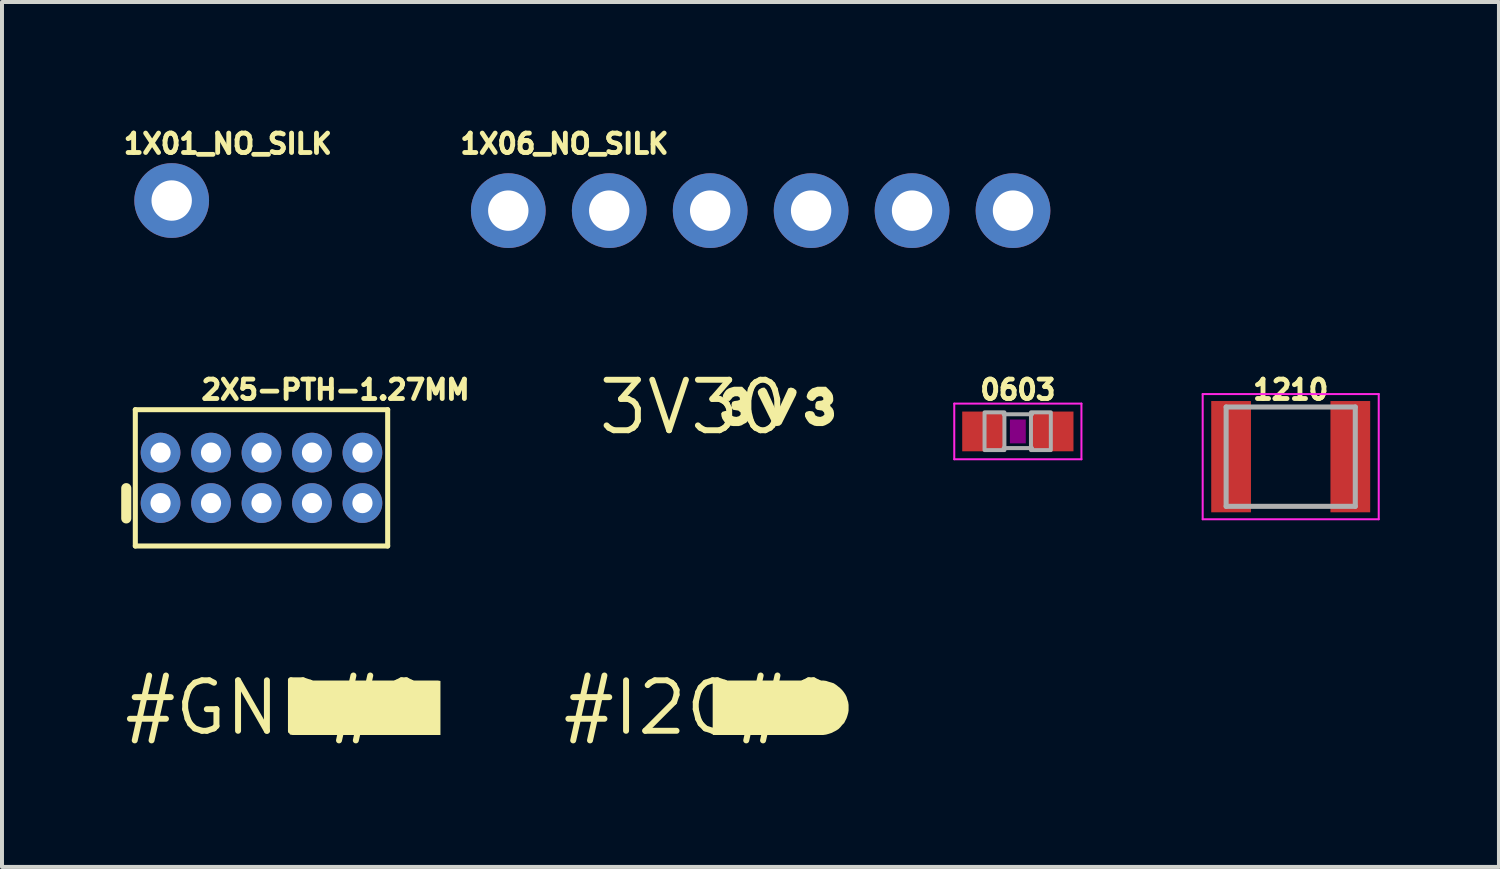
<source format=kicad_pcb>
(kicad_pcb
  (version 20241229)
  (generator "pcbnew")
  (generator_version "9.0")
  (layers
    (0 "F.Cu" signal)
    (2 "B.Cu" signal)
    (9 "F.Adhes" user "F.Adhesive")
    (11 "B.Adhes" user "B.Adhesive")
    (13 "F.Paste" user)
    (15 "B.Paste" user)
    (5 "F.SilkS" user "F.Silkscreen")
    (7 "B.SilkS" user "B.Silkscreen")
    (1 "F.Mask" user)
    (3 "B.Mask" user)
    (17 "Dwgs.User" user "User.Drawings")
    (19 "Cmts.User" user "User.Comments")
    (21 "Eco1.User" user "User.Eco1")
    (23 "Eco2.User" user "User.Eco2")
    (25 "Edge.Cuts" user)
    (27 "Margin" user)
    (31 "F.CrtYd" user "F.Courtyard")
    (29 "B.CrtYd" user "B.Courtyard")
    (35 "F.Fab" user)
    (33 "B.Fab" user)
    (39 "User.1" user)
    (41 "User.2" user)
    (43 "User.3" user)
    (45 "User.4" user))
  (footprint "0603"
    (layer "F.Cu")
    (at 22.562 7.806)
    (property "Reference" "0603" (at 0 -0.762 0) (layer "F.SilkS") (effects (font (size 0.488 0.488) (thickness 0.122)) (justify bottom)))
    (fp_poly (pts (xy -0.2 0.3) (xy 0.2 0.3) (xy 0.2 -0.3) (xy -0.2 -0.3)) (stroke (width 0) (type solid)) (fill yes) (layer "F.Adhes"))
    (fp_line (start -1.6 -0.7) (end 1.6 -0.7) (stroke (width 0.051) (type solid)) (layer "F.CrtYd"))
    (fp_line (start -1.6 0.7) (end -1.6 -0.7) (stroke (width 0.051) (type solid)) (layer "F.CrtYd"))
    (fp_line (start 1.6 -0.7) (end 1.6 0.7) (stroke (width 0.051) (type solid)) (layer "F.CrtYd"))
    (fp_line (start 1.6 0.7) (end -1.6 0.7) (stroke (width 0.051) (type solid)) (layer "F.CrtYd"))
    (fp_line (start -0.356 -0.432) (end 0.356 -0.432) (stroke (width 0.102) (type solid)) (layer "F.Fab"))
    (fp_line (start -0.356 0.419) (end 0.356 0.419) (stroke (width 0.102) (type solid)) (layer "F.Fab"))
    (fp_poly (pts (xy -0.838 0.47) (xy -0.338 0.47) (xy -0.338 -0.48) (xy -0.838 -0.48)) (stroke (width 0.1) (type solid)) (fill no) (layer "F.Fab"))
    (fp_poly (pts (xy 0.33 0.47) (xy 0.83 0.47) (xy 0.83 -0.48) (xy 0.33 -0.48)) (stroke (width 0.1) (type solid)) (fill no) (layer "F.Fab"))
    (pad "1" smd rect (at -0.85 0) (size 1.1 1) (layers "F.Cu" "F.Mask" "F.Paste"))
    (pad "2" smd rect (at 0.85 0) (size 1.1 1) (layers "F.Cu" "F.Mask" "F.Paste")))
  (footprint "#GND#0"
    (layer "F.Cu")
    (at 3.908 14.759)
    (property "Reference" "#GND#0" (at 0 0 0) (layer "F.SilkS") (effects (font (size 1.27 1.27) (thickness 0.15))))
    (fp_poly (pts (xy 4.125 -0.674) (xy 4.125 0.685) (xy 0.4 0.685) (xy 0.335 0.674) (xy 0.335 -0.685) (xy 4.06 -0.685)) (stroke (width 0) (type solid)) (fill yes) (layer "F.SilkS")))
  (footprint "#I2C#0"
    (layer "F.Cu")
    (at 14.548 14.759)
    (property "Reference" "#I2C#0" (at 0 0 0) (layer "F.SilkS") (effects (font (size 1.27 1.27) (thickness 0.15))))
    (fp_poly (pts (xy 3.191 -0.675) (xy 3.251 -0.655) (xy 3.321 -0.635) (xy 3.382 -0.615) (xy 3.443 -0.574) (xy 3.493 -0.534) (xy 3.543 -0.494) (xy 3.594 -0.443) (xy 3.634 -0.393) (xy 3.674 -0.333) (xy 3.705 -0.272) (xy 3.725 -0.201) (xy 3.745 -0.141) (xy 3.755 -0.07) (xy 3.755 0.07) (xy 3.745 0.131) (xy 3.725 0.201) (xy 3.705 0.262) (xy 3.644 0.383) (xy 3.594 0.433) (xy 3.554 0.483) (xy 3.503 0.534) (xy 3.443 0.574) (xy 3.322 0.635) (xy 3.261 0.655) (xy 3.191 0.675) (xy 3.12 0.685) (xy 0.335 0.685) (xy 0.335 -0.674) (xy 0.4 -0.685) (xy 3.12 -0.685)) (stroke (width 0) (type solid)) (fill yes) (layer "F.SilkS")))
  (footprint "2X5-PTH-1.27MM"
    (layer "F.Cu")
    (at 3.53 8.974)
    (property "Reference" "2X5-PTH-1.27MM" (at -1.575 -1.93 0) (layer "F.SilkS") (effects (font (size 0.488 0.488) (thickness 0.122)) (justify left bottom)))
    (fp_line (start -3.403 1.021) (end -3.403 0.259) (stroke (width 0.254) (type solid)) (layer "F.SilkS"))
    (fp_line (start -3.175 -1.715) (end -3.175 1.715) (stroke (width 0.127) (type solid)) (layer "F.SilkS"))
    (fp_line (start -3.175 1.715) (end 3.175 1.715) (stroke (width 0.127) (type solid)) (layer "F.SilkS"))
    (fp_line (start 3.175 -1.715) (end -3.175 -1.715) (stroke (width 0.127) (type solid)) (layer "F.SilkS"))
    (fp_line (start 3.175 1.715) (end 3.175 -1.715) (stroke (width 0.127) (type solid)) (layer "F.SilkS"))
    (pad "1" thru_hole circle (at -2.54 0.635) (size 1 1) (drill 0.508) (layers "*.Cu" "*.Mask"))
    (pad "2" thru_hole circle (at -2.54 -0.635) (size 1 1) (drill 0.508) (layers "*.Cu" "*.Mask"))
    (pad "3" thru_hole circle (at -1.27 0.635) (size 1 1) (drill 0.508) (layers "*.Cu" "*.Mask"))
    (pad "4" thru_hole circle (at -1.27 -0.635) (size 1 1) (drill 0.508) (layers "*.Cu" "*.Mask"))
    (pad "5" thru_hole circle (at 0 0.635) (size 1 1) (drill 0.508) (layers "*.Cu" "*.Mask"))
    (pad "6" thru_hole circle (at 0 -0.635) (size 1 1) (drill 0.508) (layers "*.Cu" "*.Mask"))
    (pad "7" thru_hole circle (at 1.27 0.635) (size 1 1) (drill 0.508) (layers "*.Cu" "*.Mask"))
    (pad "8" thru_hole circle (at 1.27 -0.635) (size 1 1) (drill 0.508) (layers "*.Cu" "*.Mask"))
    (pad "9" thru_hole circle (at 2.54 0.635) (size 1 1) (drill 0.508) (layers "*.Cu" "*.Mask"))
    (pad "10" thru_hole circle (at 2.54 -0.635) (size 1 1) (drill 0.508) (layers "*.Cu" "*.Mask")))
  (footprint "1210"
    (layer "F.Cu")
    (at 29.428 8.441)
    (property "Reference" "1210" (at 0 -1.397 0) (layer "F.SilkS") (effects (font (size 0.488 0.488) (thickness 0.122)) (justify bottom)))
    (fp_line (start -2.215 -1.575) (end 2.215 -1.575) (stroke (width 0.051) (type solid)) (layer "F.CrtYd"))
    (fp_line (start -2.215 1.575) (end -2.215 -1.575) (stroke (width 0.051) (type solid)) (layer "F.CrtYd"))
    (fp_line (start 2.215 -1.575) (end 2.215 1.575) (stroke (width 0.051) (type solid)) (layer "F.CrtYd"))
    (fp_line (start 2.215 1.575) (end -2.215 1.575) (stroke (width 0.051) (type solid)) (layer "F.CrtYd"))
    (fp_line (start -1.625 -1.25) (end 1.625 -1.25) (stroke (width 0.127) (type solid)) (layer "F.Fab"))
    (fp_line (start -1.625 1.25) (end -1.625 -1.25) (stroke (width 0.127) (type solid)) (layer "F.Fab"))
    (fp_line (start 1.625 1.25) (end -1.625 1.25) (stroke (width 0.127) (type solid)) (layer "F.Fab"))
    (fp_line (start 1.625 -1.25) (end 1.625 1.25) (stroke (width 0.127) (type solid)) (layer "F.Fab"))
    (pad "1" smd rect (at -1.5 0) (size 1 2.8) (layers "F.Cu" "F.Mask" "F.Paste"))
    (pad "2" smd rect (at 1.5 0) (size 1 2.8) (layers "F.Cu" "F.Mask" "F.Paste")))
  (footprint "3V30"
    (layer "F.Cu")
    (at 14.391 7.196)
    (property "Reference" "3V30" (at 0 0 0) (layer "F.SilkS") (effects (font (size 1.27 1.27) (thickness 0.15))))
    (fp_poly (pts (xy 1.844 -0.443) (xy 1.865 -0.402) (xy 2.104 0.126) (xy 2.118 0.133) (xy 2.396 -0.474) (xy 2.46 -0.495) (xy 2.532 -0.475) (xy 2.595 -0.423) (xy 2.605 -0.37) (xy 2.585 -0.298) (xy 2.224 0.423) (xy 2.172 0.465) (xy 2.1 0.475) (xy 2.037 0.454) (xy 1.996 0.403) (xy 1.635 -0.328) (xy 1.625 -0.391) (xy 1.656 -0.444) (xy 1.728 -0.485) (xy 1.792 -0.495)) (stroke (width 0) (type solid)) (fill yes) (layer "F.SilkS"))
    (fp_poly (pts (xy 1.334 -0.413) (xy 1.374 -0.363) (xy 1.405 -0.302) (xy 1.415 -0.23) (xy 1.415 -0.159) (xy 1.394 -0.097) (xy 1.345 -0.058) (xy 1.345 -0.022) (xy 1.394 0.027) (xy 1.425 0.088) (xy 1.445 0.15) (xy 1.435 0.221) (xy 1.415 0.282) (xy 1.384 0.343) (xy 1.333 0.394) (xy 1.272 0.424) (xy 1.222 0.455) (xy 1.151 0.475) (xy 1.01 0.475) (xy 0.938 0.465) (xy 0.817 0.404) (xy 0.776 0.353) (xy 0.735 0.292) (xy 0.715 0.231) (xy 0.705 0.159) (xy 0.737 0.116) (xy 0.81 0.095) (xy 0.892 0.105) (xy 0.934 0.137) (xy 0.964 0.206) (xy 1.022 0.235) (xy 1.09 0.245) (xy 1.157 0.226) (xy 1.195 0.188) (xy 1.195 0.132) (xy 1.138 0.085) (xy 1.069 0.075) (xy 1.007 0.065) (xy 0.975 0.022) (xy 0.965 -0.071) (xy 0.986 -0.134) (xy 1.039 -0.155) (xy 1.119 -0.165) (xy 1.175 -0.184) (xy 1.175 -0.238) (xy 1.128 -0.275) (xy 1.051 -0.275) (xy 0.993 -0.246) (xy 0.954 -0.197) (xy 0.912 -0.155) (xy 0.848 -0.165) (xy 0.776 -0.206) (xy 0.745 -0.259) (xy 0.755 -0.312) (xy 0.796 -0.383) (xy 0.837 -0.434) (xy 0.898 -0.475) (xy 0.959 -0.495) (xy 1.029 -0.515) (xy 1.232 -0.515)) (stroke (width 0) (type solid)) (fill yes) (layer "F.SilkS"))
    (fp_poly (pts (xy 3.444 -0.413) (xy 3.484 -0.363) (xy 3.515 -0.302) (xy 3.525 -0.23) (xy 3.525 -0.159) (xy 3.494 -0.097) (xy 3.446 -0.058) (xy 3.455 -0.023) (xy 3.504 0.027) (xy 3.535 0.088) (xy 3.545 0.15) (xy 3.545 0.221) (xy 3.525 0.282) (xy 3.484 0.343) (xy 3.433 0.394) (xy 3.382 0.424) (xy 3.322 0.455) (xy 3.261 0.475) (xy 3.11 0.475) (xy 3.048 0.465) (xy 2.927 0.404) (xy 2.886 0.353) (xy 2.846 0.293) (xy 2.815 0.231) (xy 2.815 0.158) (xy 2.847 0.116) (xy 2.92 0.095) (xy 3.002 0.105) (xy 3.044 0.137) (xy 3.074 0.206) (xy 3.132 0.235) (xy 3.2 0.245) (xy 3.258 0.226) (xy 3.305 0.188) (xy 3.295 0.132) (xy 3.248 0.085) (xy 3.179 0.075) (xy 3.118 0.065) (xy 3.075 0.022) (xy 3.075 -0.071) (xy 3.096 -0.134) (xy 3.139 -0.155) (xy 3.229 -0.165) (xy 3.275 -0.183) (xy 3.275 -0.238) (xy 3.228 -0.275) (xy 3.161 -0.275) (xy 3.103 -0.246) (xy 3.064 -0.196) (xy 3.011 -0.155) (xy 2.948 -0.165) (xy 2.886 -0.206) (xy 2.855 -0.259) (xy 2.865 -0.311) (xy 2.896 -0.383) (xy 2.947 -0.434) (xy 2.998 -0.475) (xy 3.069 -0.495) (xy 3.129 -0.515) (xy 3.342 -0.515)) (stroke (width 0) (type solid)) (fill yes) (layer "F.SilkS")))
  (footprint "1X01_NO_SILK"
    (layer "F.Cu")
    (at 1.27 1.996)
    (property "Reference" "1X01_NO_SILK" (at -1.27 -1.143 0) (layer "F.SilkS") (effects (font (size 0.488 0.488) (thickness 0.122)) (justify left bottom)))
    (fp_poly (pts (xy -0.254 0.254) (xy 0.254 0.254) (xy 0.254 -0.254) (xy -0.254 -0.254)) (stroke (width 0.1) (type solid)) (fill no) (layer "F.Fab"))
    (pad "1" thru_hole circle (at 0 0 90) (size 1.88 1.88) (drill 1.016) (layers "*.Cu" "*.Mask")))
  (footprint "1X06_NO_SILK"
    (layer "F.Cu")
    (at 9.74 2.25)
    (property "Reference" "1X06_NO_SILK" (at -1.27 -1.397 0) (layer "F.SilkS") (effects (font (size 0.488 0.488) (thickness 0.122)) (justify left bottom)))
    (fp_poly (pts (xy -0.254 0.254) (xy 0.254 0.254) (xy 0.254 -0.254) (xy -0.254 -0.254)) (stroke (width 0.1) (type solid)) (fill no) (layer "F.Fab"))
    (fp_poly (pts (xy 2.286 0.254) (xy 2.794 0.254) (xy 2.794 -0.254) (xy 2.286 -0.254)) (stroke (width 0.1) (type solid)) (fill no) (layer "F.Fab"))
    (fp_poly (pts (xy 4.826 0.254) (xy 5.334 0.254) (xy 5.334 -0.254) (xy 4.826 -0.254)) (stroke (width 0.1) (type solid)) (fill no) (layer "F.Fab"))
    (fp_poly (pts (xy 7.366 0.254) (xy 7.874 0.254) (xy 7.874 -0.254) (xy 7.366 -0.254)) (stroke (width 0.1) (type solid)) (fill no) (layer "F.Fab"))
    (fp_poly (pts (xy 9.906 0.254) (xy 10.414 0.254) (xy 10.414 -0.254) (xy 9.906 -0.254)) (stroke (width 0.1) (type solid)) (fill no) (layer "F.Fab"))
    (fp_poly (pts (xy 12.446 0.254) (xy 12.954 0.254) (xy 12.954 -0.254) (xy 12.446 -0.254)) (stroke (width 0.1) (type solid)) (fill no) (layer "F.Fab"))
    (pad "1" thru_hole circle (at 0 0 90) (size 1.88 1.88) (drill 1.016) (layers "*.Cu" "*.Mask"))
    (pad "2" thru_hole circle (at 2.54 0 90) (size 1.88 1.88) (drill 1.016) (layers "*.Cu" "*.Mask"))
    (pad "3" thru_hole circle (at 5.08 0 90) (size 1.88 1.88) (drill 1.016) (layers "*.Cu" "*.Mask"))
    (pad "4" thru_hole circle (at 7.62 0 90) (size 1.88 1.88) (drill 1.016) (layers "*.Cu" "*.Mask"))
    (pad "5" thru_hole circle (at 10.16 0 90) (size 1.88 1.88) (drill 1.016) (layers "*.Cu" "*.Mask"))
    (pad "6" thru_hole circle (at 12.7 0 90) (size 1.88 1.88) (drill 1.016) (layers "*.Cu" "*.Mask")))
  (gr_rect
    (start -3 -3)
    (end 34.668 18.765)
    (stroke (width 0.1) (type default))
    (fill no)
    (layer "Edge.Cuts")))
</source>
